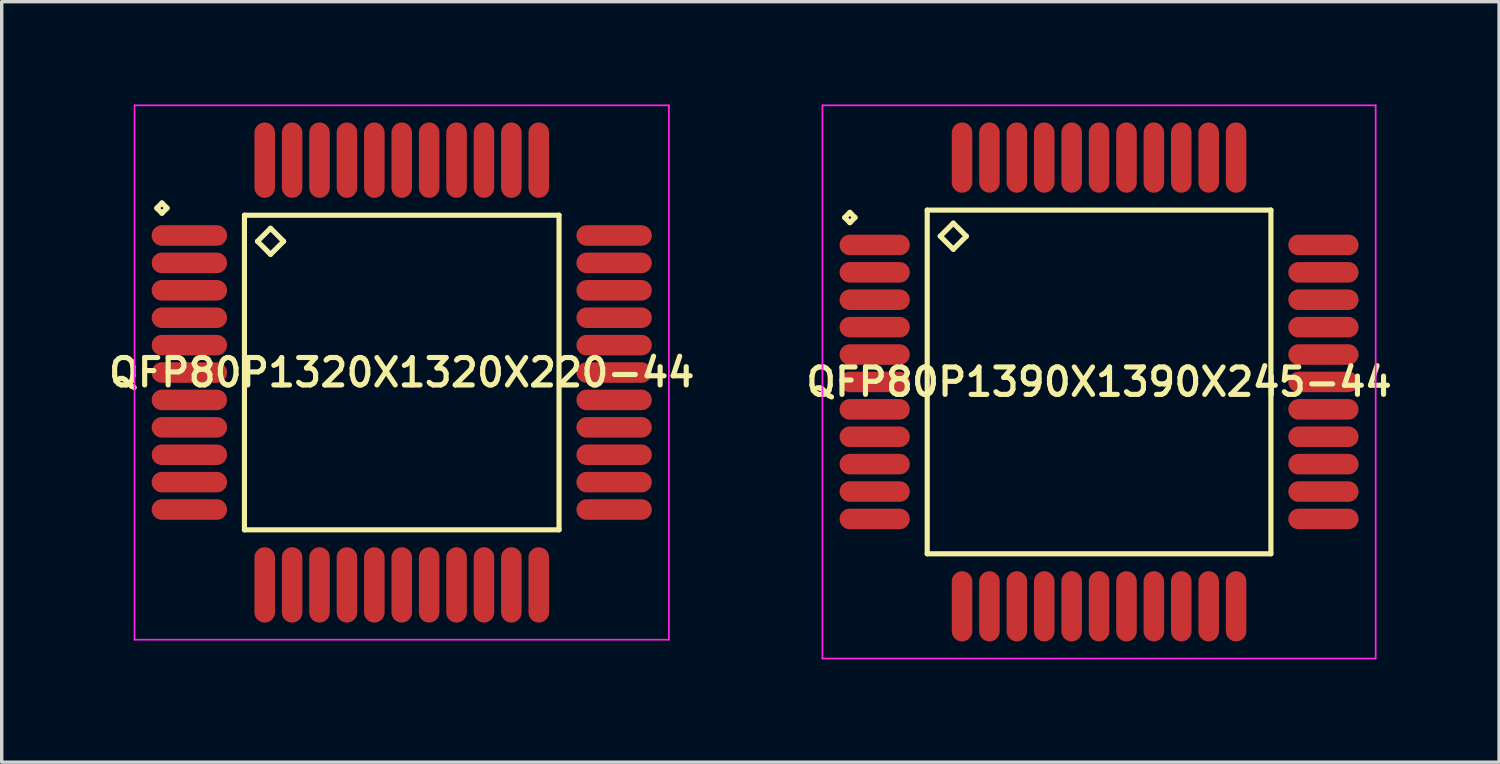
<source format=kicad_pcb>
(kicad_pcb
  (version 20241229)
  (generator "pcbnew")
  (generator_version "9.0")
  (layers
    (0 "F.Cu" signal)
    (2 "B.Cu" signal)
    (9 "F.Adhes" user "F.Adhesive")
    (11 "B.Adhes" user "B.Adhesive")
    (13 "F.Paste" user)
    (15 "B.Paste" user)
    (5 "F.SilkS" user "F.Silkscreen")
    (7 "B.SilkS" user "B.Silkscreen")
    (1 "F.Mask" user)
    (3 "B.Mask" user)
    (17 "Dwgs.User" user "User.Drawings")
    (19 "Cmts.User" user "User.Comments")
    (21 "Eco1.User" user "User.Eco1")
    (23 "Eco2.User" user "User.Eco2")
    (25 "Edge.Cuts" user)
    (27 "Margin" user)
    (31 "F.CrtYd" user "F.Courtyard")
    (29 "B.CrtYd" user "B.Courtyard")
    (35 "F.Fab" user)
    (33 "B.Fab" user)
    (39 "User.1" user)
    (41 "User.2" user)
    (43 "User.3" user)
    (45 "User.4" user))
  (footprint "QFP80P1390X1390X245-44"
    (layer "F.Cu")
    (at 29.035 8.1)
    (property "Reference" "QFP80P1390X1390X245-44" (at 0 0 0) (layer "F.SilkS") (effects (font (size 0.8 0.8) (thickness 0.15))))
    (attr smd)
    (fp_line (start -7.425 -4.8) (end -7.275 -4.95) (stroke (width 0.15) (type solid)) (layer "F.SilkS"))
    (fp_line (start -7.275 -4.95) (end -7.125 -4.8) (stroke (width 0.15) (type solid)) (layer "F.SilkS"))
    (fp_line (start -7.275 -4.65) (end -7.425 -4.8) (stroke (width 0.15) (type solid)) (layer "F.SilkS"))
    (fp_line (start -7.125 -4.8) (end -7.275 -4.65) (stroke (width 0.15) (type solid)) (layer "F.SilkS"))
    (fp_line (start -5.017 -5.017) (end -5.017 5.017) (stroke (width 0.15) (type solid)) (layer "F.SilkS"))
    (fp_line (start -5.017 5.017) (end 5.017 5.017) (stroke (width 0.15) (type solid)) (layer "F.SilkS"))
    (fp_line (start -4.636 -4.255) (end -4.255 -4.636) (stroke (width 0.15) (type solid)) (layer "F.SilkS"))
    (fp_line (start -4.255 -4.636) (end -3.874 -4.255) (stroke (width 0.15) (type solid)) (layer "F.SilkS"))
    (fp_line (start -4.255 -3.874) (end -4.636 -4.255) (stroke (width 0.15) (type solid)) (layer "F.SilkS"))
    (fp_line (start -3.874 -4.255) (end -4.255 -3.874) (stroke (width 0.15) (type solid)) (layer "F.SilkS"))
    (fp_line (start 5.017 -5.017) (end -5.017 -5.017) (stroke (width 0.15) (type solid)) (layer "F.SilkS"))
    (fp_line (start 5.017 5.017) (end 5.017 -5.017) (stroke (width 0.15) (type solid)) (layer "F.SilkS"))
    (fp_line (start -8.075 -8.075) (end 8.075 -8.075) (stroke (width 0.05) (type solid)) (layer "F.CrtYd"))
    (fp_line (start -8.075 8.075) (end -8.075 -8.075) (stroke (width 0.05) (type solid)) (layer "F.CrtYd"))
    (fp_line (start 8.075 -8.075) (end 8.075 8.075) (stroke (width 0.05) (type solid)) (layer "F.CrtYd"))
    (fp_line (start 8.075 8.075) (end -8.075 8.075) (stroke (width 0.05) (type solid)) (layer "F.CrtYd"))
    (pad "1" smd oval (at -6.55 -4) (size 2.05 0.6) (layers "F.Cu" "F.Mask" "F.Paste"))
    (pad "2" smd oval (at -6.55 -3.2) (size 2.05 0.6) (layers "F.Cu" "F.Mask" "F.Paste"))
    (pad "3" smd oval (at -6.55 -2.4) (size 2.05 0.6) (layers "F.Cu" "F.Mask" "F.Paste"))
    (pad "4" smd oval (at -6.55 -1.6) (size 2.05 0.6) (layers "F.Cu" "F.Mask" "F.Paste"))
    (pad "5" smd oval (at -6.55 -0.8) (size 2.05 0.6) (layers "F.Cu" "F.Mask" "F.Paste"))
    (pad "6" smd oval (at -6.55 0) (size 2.05 0.6) (layers "F.Cu" "F.Mask" "F.Paste"))
    (pad "7" smd oval (at -6.55 0.8) (size 2.05 0.6) (layers "F.Cu" "F.Mask" "F.Paste"))
    (pad "8" smd oval (at -6.55 1.6) (size 2.05 0.6) (layers "F.Cu" "F.Mask" "F.Paste"))
    (pad "9" smd oval (at -6.55 2.4) (size 2.05 0.6) (layers "F.Cu" "F.Mask" "F.Paste"))
    (pad "10" smd oval (at -6.55 3.2) (size 2.05 0.6) (layers "F.Cu" "F.Mask" "F.Paste"))
    (pad "11" smd oval (at -6.55 4) (size 2.05 0.6) (layers "F.Cu" "F.Mask" "F.Paste"))
    (pad "12" smd oval (at -4 6.55) (size 0.6 2.05) (layers "F.Cu" "F.Mask" "F.Paste"))
    (pad "13" smd oval (at -3.2 6.55) (size 0.6 2.05) (layers "F.Cu" "F.Mask" "F.Paste"))
    (pad "14" smd oval (at -2.4 6.55) (size 0.6 2.05) (layers "F.Cu" "F.Mask" "F.Paste"))
    (pad "15" smd oval (at -1.6 6.55) (size 0.6 2.05) (layers "F.Cu" "F.Mask" "F.Paste"))
    (pad "16" smd oval (at -0.8 6.55) (size 0.6 2.05) (layers "F.Cu" "F.Mask" "F.Paste"))
    (pad "17" smd oval (at 0 6.55) (size 0.6 2.05) (layers "F.Cu" "F.Mask" "F.Paste"))
    (pad "18" smd oval (at 0.8 6.55) (size 0.6 2.05) (layers "F.Cu" "F.Mask" "F.Paste"))
    (pad "19" smd oval (at 1.6 6.55) (size 0.6 2.05) (layers "F.Cu" "F.Mask" "F.Paste"))
    (pad "20" smd oval (at 2.4 6.55) (size 0.6 2.05) (layers "F.Cu" "F.Mask" "F.Paste"))
    (pad "21" smd oval (at 3.2 6.55) (size 0.6 2.05) (layers "F.Cu" "F.Mask" "F.Paste"))
    (pad "22" smd oval (at 4 6.55) (size 0.6 2.05) (layers "F.Cu" "F.Mask" "F.Paste"))
    (pad "23" smd oval (at 6.55 4) (size 2.05 0.6) (layers "F.Cu" "F.Mask" "F.Paste"))
    (pad "24" smd oval (at 6.55 3.2) (size 2.05 0.6) (layers "F.Cu" "F.Mask" "F.Paste"))
    (pad "25" smd oval (at 6.55 2.4) (size 2.05 0.6) (layers "F.Cu" "F.Mask" "F.Paste"))
    (pad "26" smd oval (at 6.55 1.6) (size 2.05 0.6) (layers "F.Cu" "F.Mask" "F.Paste"))
    (pad "27" smd oval (at 6.55 0.8) (size 2.05 0.6) (layers "F.Cu" "F.Mask" "F.Paste"))
    (pad "28" smd oval (at 6.55 0) (size 2.05 0.6) (layers "F.Cu" "F.Mask" "F.Paste"))
    (pad "29" smd oval (at 6.55 -0.8) (size 2.05 0.6) (layers "F.Cu" "F.Mask" "F.Paste"))
    (pad "30" smd oval (at 6.55 -1.6) (size 2.05 0.6) (layers "F.Cu" "F.Mask" "F.Paste"))
    (pad "31" smd oval (at 6.55 -2.4) (size 2.05 0.6) (layers "F.Cu" "F.Mask" "F.Paste"))
    (pad "32" smd oval (at 6.55 -3.2) (size 2.05 0.6) (layers "F.Cu" "F.Mask" "F.Paste"))
    (pad "33" smd oval (at 6.55 -4) (size 2.05 0.6) (layers "F.Cu" "F.Mask" "F.Paste"))
    (pad "34" smd oval (at 4 -6.55) (size 0.6 2.05) (layers "F.Cu" "F.Mask" "F.Paste"))
    (pad "35" smd oval (at 3.2 -6.55) (size 0.6 2.05) (layers "F.Cu" "F.Mask" "F.Paste"))
    (pad "36" smd oval (at 2.4 -6.55) (size 0.6 2.05) (layers "F.Cu" "F.Mask" "F.Paste"))
    (pad "37" smd oval (at 1.6 -6.55) (size 0.6 2.05) (layers "F.Cu" "F.Mask" "F.Paste"))
    (pad "38" smd oval (at 0.8 -6.55) (size 0.6 2.05) (layers "F.Cu" "F.Mask" "F.Paste"))
    (pad "39" smd oval (at 0 -6.55) (size 0.6 2.05) (layers "F.Cu" "F.Mask" "F.Paste"))
    (pad "40" smd oval (at -0.8 -6.55) (size 0.6 2.05) (layers "F.Cu" "F.Mask" "F.Paste"))
    (pad "41" smd oval (at -1.6 -6.55) (size 0.6 2.05) (layers "F.Cu" "F.Mask" "F.Paste"))
    (pad "42" smd oval (at -2.4 -6.55) (size 0.6 2.05) (layers "F.Cu" "F.Mask" "F.Paste"))
    (pad "43" smd oval (at -3.2 -6.55) (size 0.6 2.05) (layers "F.Cu" "F.Mask" "F.Paste"))
    (pad "44" smd oval (at -4 -6.55) (size 0.6 2.05) (layers "F.Cu" "F.Mask" "F.Paste")))
  (footprint "QFP80P1320X1320X220-44"
    (layer "F.Cu")
    (at 8.678 7.825)
    (property "Reference" "QFP80P1320X1320X220-44" (at 0 0 0) (layer "F.SilkS") (effects (font (size 0.8 0.8) (thickness 0.15))))
    (attr smd)
    (fp_line (start -7.15 -4.8) (end -7 -4.95) (stroke (width 0.15) (type solid)) (layer "F.SilkS"))
    (fp_line (start -7 -4.95) (end -6.85 -4.8) (stroke (width 0.15) (type solid)) (layer "F.SilkS"))
    (fp_line (start -7 -4.65) (end -7.15 -4.8) (stroke (width 0.15) (type solid)) (layer "F.SilkS"))
    (fp_line (start -6.85 -4.8) (end -7 -4.65) (stroke (width 0.15) (type solid)) (layer "F.SilkS"))
    (fp_line (start -4.592 -4.592) (end -4.592 4.592) (stroke (width 0.15) (type solid)) (layer "F.SilkS"))
    (fp_line (start -4.592 4.592) (end 4.592 4.592) (stroke (width 0.15) (type solid)) (layer "F.SilkS"))
    (fp_line (start -4.211 -3.83) (end -3.83 -4.211) (stroke (width 0.15) (type solid)) (layer "F.SilkS"))
    (fp_line (start -3.83 -4.211) (end -3.449 -3.83) (stroke (width 0.15) (type solid)) (layer "F.SilkS"))
    (fp_line (start -3.83 -3.449) (end -4.211 -3.83) (stroke (width 0.15) (type solid)) (layer "F.SilkS"))
    (fp_line (start -3.449 -3.83) (end -3.83 -3.449) (stroke (width 0.15) (type solid)) (layer "F.SilkS"))
    (fp_line (start 4.592 -4.592) (end -4.592 -4.592) (stroke (width 0.15) (type solid)) (layer "F.SilkS"))
    (fp_line (start 4.592 4.592) (end 4.592 -4.592) (stroke (width 0.15) (type solid)) (layer "F.SilkS"))
    (fp_line (start -7.8 -7.8) (end 7.8 -7.8) (stroke (width 0.05) (type solid)) (layer "F.CrtYd"))
    (fp_line (start -7.8 7.8) (end -7.8 -7.8) (stroke (width 0.05) (type solid)) (layer "F.CrtYd"))
    (fp_line (start 7.8 -7.8) (end 7.8 7.8) (stroke (width 0.05) (type solid)) (layer "F.CrtYd"))
    (fp_line (start 7.8 7.8) (end -7.8 7.8) (stroke (width 0.05) (type solid)) (layer "F.CrtYd"))
    (pad "1" smd oval (at -6.2 -4) (size 2.2 0.6) (layers "F.Cu" "F.Mask" "F.Paste"))
    (pad "2" smd oval (at -6.2 -3.2) (size 2.2 0.6) (layers "F.Cu" "F.Mask" "F.Paste"))
    (pad "3" smd oval (at -6.2 -2.4) (size 2.2 0.6) (layers "F.Cu" "F.Mask" "F.Paste"))
    (pad "4" smd oval (at -6.2 -1.6) (size 2.2 0.6) (layers "F.Cu" "F.Mask" "F.Paste"))
    (pad "5" smd oval (at -6.2 -0.8) (size 2.2 0.6) (layers "F.Cu" "F.Mask" "F.Paste"))
    (pad "6" smd oval (at -6.2 0) (size 2.2 0.6) (layers "F.Cu" "F.Mask" "F.Paste"))
    (pad "7" smd oval (at -6.2 0.8) (size 2.2 0.6) (layers "F.Cu" "F.Mask" "F.Paste"))
    (pad "8" smd oval (at -6.2 1.6) (size 2.2 0.6) (layers "F.Cu" "F.Mask" "F.Paste"))
    (pad "9" smd oval (at -6.2 2.4) (size 2.2 0.6) (layers "F.Cu" "F.Mask" "F.Paste"))
    (pad "10" smd oval (at -6.2 3.2) (size 2.2 0.6) (layers "F.Cu" "F.Mask" "F.Paste"))
    (pad "11" smd oval (at -6.2 4) (size 2.2 0.6) (layers "F.Cu" "F.Mask" "F.Paste"))
    (pad "12" smd oval (at -4 6.2) (size 0.6 2.2) (layers "F.Cu" "F.Mask" "F.Paste"))
    (pad "13" smd oval (at -3.2 6.2) (size 0.6 2.2) (layers "F.Cu" "F.Mask" "F.Paste"))
    (pad "14" smd oval (at -2.4 6.2) (size 0.6 2.2) (layers "F.Cu" "F.Mask" "F.Paste"))
    (pad "15" smd oval (at -1.6 6.2) (size 0.6 2.2) (layers "F.Cu" "F.Mask" "F.Paste"))
    (pad "16" smd oval (at -0.8 6.2) (size 0.6 2.2) (layers "F.Cu" "F.Mask" "F.Paste"))
    (pad "17" smd oval (at 0 6.2) (size 0.6 2.2) (layers "F.Cu" "F.Mask" "F.Paste"))
    (pad "18" smd oval (at 0.8 6.2) (size 0.6 2.2) (layers "F.Cu" "F.Mask" "F.Paste"))
    (pad "19" smd oval (at 1.6 6.2) (size 0.6 2.2) (layers "F.Cu" "F.Mask" "F.Paste"))
    (pad "20" smd oval (at 2.4 6.2) (size 0.6 2.2) (layers "F.Cu" "F.Mask" "F.Paste"))
    (pad "21" smd oval (at 3.2 6.2) (size 0.6 2.2) (layers "F.Cu" "F.Mask" "F.Paste"))
    (pad "22" smd oval (at 4 6.2) (size 0.6 2.2) (layers "F.Cu" "F.Mask" "F.Paste"))
    (pad "23" smd oval (at 6.2 4) (size 2.2 0.6) (layers "F.Cu" "F.Mask" "F.Paste"))
    (pad "24" smd oval (at 6.2 3.2) (size 2.2 0.6) (layers "F.Cu" "F.Mask" "F.Paste"))
    (pad "25" smd oval (at 6.2 2.4) (size 2.2 0.6) (layers "F.Cu" "F.Mask" "F.Paste"))
    (pad "26" smd oval (at 6.2 1.6) (size 2.2 0.6) (layers "F.Cu" "F.Mask" "F.Paste"))
    (pad "27" smd oval (at 6.2 0.8) (size 2.2 0.6) (layers "F.Cu" "F.Mask" "F.Paste"))
    (pad "28" smd oval (at 6.2 0) (size 2.2 0.6) (layers "F.Cu" "F.Mask" "F.Paste"))
    (pad "29" smd oval (at 6.2 -0.8) (size 2.2 0.6) (layers "F.Cu" "F.Mask" "F.Paste"))
    (pad "30" smd oval (at 6.2 -1.6) (size 2.2 0.6) (layers "F.Cu" "F.Mask" "F.Paste"))
    (pad "31" smd oval (at 6.2 -2.4) (size 2.2 0.6) (layers "F.Cu" "F.Mask" "F.Paste"))
    (pad "32" smd oval (at 6.2 -3.2) (size 2.2 0.6) (layers "F.Cu" "F.Mask" "F.Paste"))
    (pad "33" smd oval (at 6.2 -4) (size 2.2 0.6) (layers "F.Cu" "F.Mask" "F.Paste"))
    (pad "34" smd oval (at 4 -6.2) (size 0.6 2.2) (layers "F.Cu" "F.Mask" "F.Paste"))
    (pad "35" smd oval (at 3.2 -6.2) (size 0.6 2.2) (layers "F.Cu" "F.Mask" "F.Paste"))
    (pad "36" smd oval (at 2.4 -6.2) (size 0.6 2.2) (layers "F.Cu" "F.Mask" "F.Paste"))
    (pad "37" smd oval (at 1.6 -6.2) (size 0.6 2.2) (layers "F.Cu" "F.Mask" "F.Paste"))
    (pad "38" smd oval (at 0.8 -6.2) (size 0.6 2.2) (layers "F.Cu" "F.Mask" "F.Paste"))
    (pad "39" smd oval (at 0 -6.2) (size 0.6 2.2) (layers "F.Cu" "F.Mask" "F.Paste"))
    (pad "40" smd oval (at -0.8 -6.2) (size 0.6 2.2) (layers "F.Cu" "F.Mask" "F.Paste"))
    (pad "41" smd oval (at -1.6 -6.2) (size 0.6 2.2) (layers "F.Cu" "F.Mask" "F.Paste"))
    (pad "42" smd oval (at -2.4 -6.2) (size 0.6 2.2) (layers "F.Cu" "F.Mask" "F.Paste"))
    (pad "43" smd oval (at -3.2 -6.2) (size 0.6 2.2) (layers "F.Cu" "F.Mask" "F.Paste"))
    (pad "44" smd oval (at -4 -6.2) (size 0.6 2.2) (layers "F.Cu" "F.Mask" "F.Paste")))
  (gr_rect
    (start -3 -3)
    (end 40.713 19.2)
    (stroke (width 0.1) (type default))
    (fill no)
    (layer "Edge.Cuts")))
</source>
